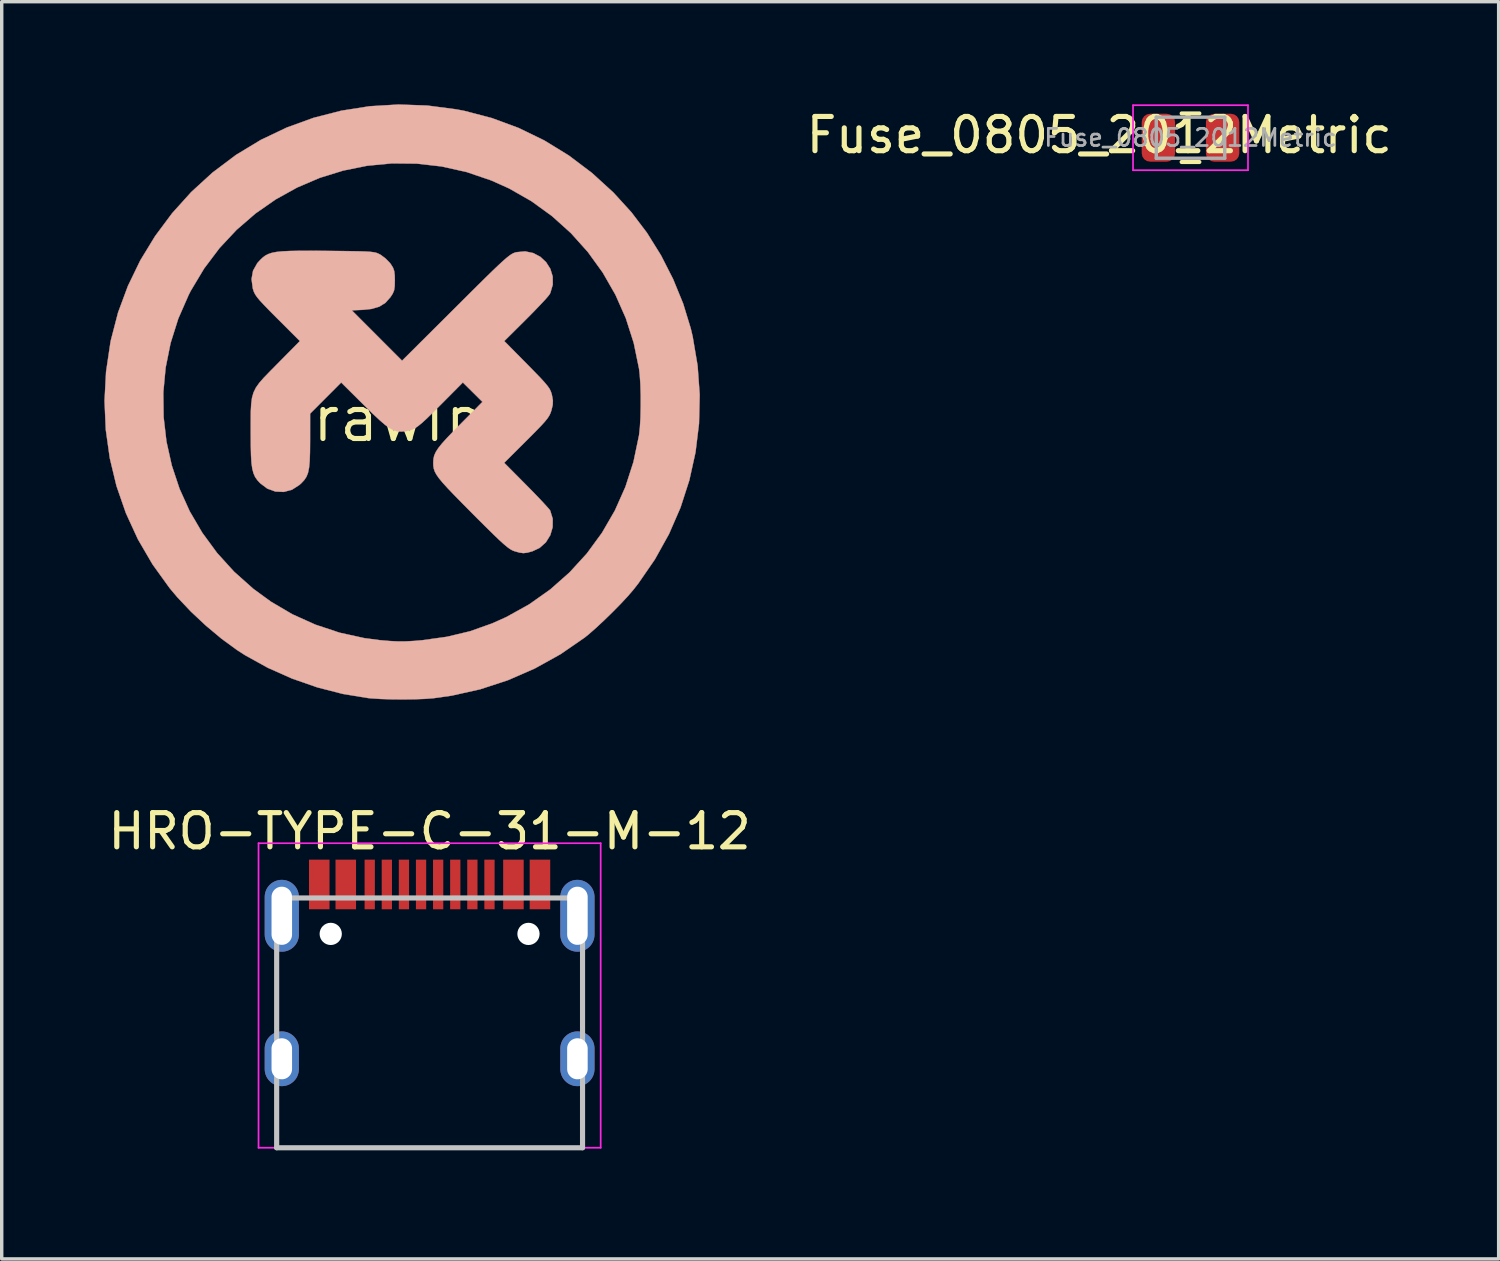
<source format=kicad_pcb>
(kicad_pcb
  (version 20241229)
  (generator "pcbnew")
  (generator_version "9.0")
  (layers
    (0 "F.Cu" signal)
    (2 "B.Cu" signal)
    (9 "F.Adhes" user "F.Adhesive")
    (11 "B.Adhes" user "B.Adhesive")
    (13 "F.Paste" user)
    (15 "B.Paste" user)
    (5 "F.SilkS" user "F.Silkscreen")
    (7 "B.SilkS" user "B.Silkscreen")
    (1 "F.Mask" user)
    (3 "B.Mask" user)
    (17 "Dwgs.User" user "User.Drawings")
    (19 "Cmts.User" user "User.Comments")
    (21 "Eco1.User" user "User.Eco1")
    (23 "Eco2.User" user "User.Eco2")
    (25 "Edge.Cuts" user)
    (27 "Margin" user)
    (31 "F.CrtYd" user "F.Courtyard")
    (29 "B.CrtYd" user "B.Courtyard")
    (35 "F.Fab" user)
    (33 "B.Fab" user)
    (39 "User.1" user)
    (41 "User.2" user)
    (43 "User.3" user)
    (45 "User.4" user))
  (footprint "drawing"
    (layer "F.Cu")
    (at 8.596 9.186)
    (property "Reference" "drawing" (at 0 0 0) (layer "F.SilkS") (effects (font (size 1.27 1.27) (thickness 0.15))))
    (attr through_hole)
    (fp_poly (pts (xy 0.846 -9.151) (xy 1.693 -9.04) (xy 1.923 -8.996) (xy 2.73 -8.785) (xy 3.512 -8.496) (xy 4.263 -8.131) (xy 4.978 -7.692) (xy 5.653 -7.183) (xy 6.283 -6.608) (xy 6.808 -6.032) (xy 7.263 -5.432) (xy 7.672 -4.775) (xy 8.027 -4.079) (xy 8.321 -3.361) (xy 8.542 -2.638) (xy 8.599 -2.398) (xy 8.743 -1.548) (xy 8.804 -0.698) (xy 8.784 0.147) (xy 8.682 0.982) (xy 8.501 1.801) (xy 8.243 2.599) (xy 7.907 3.371) (xy 7.495 4.112) (xy 7.009 4.817) (xy 6.865 5) (xy 6.703 5.189) (xy 6.495 5.412) (xy 6.26 5.651) (xy 6.015 5.89) (xy 5.778 6.111) (xy 5.565 6.298) (xy 5.44 6.399) (xy 4.733 6.886) (xy 3.983 7.302) (xy 3.199 7.644) (xy 2.386 7.91) (xy 1.552 8.096) (xy 1.037 8.169) (xy 0.791 8.189) (xy 0.487 8.201) (xy 0.151 8.206) (xy -0.192 8.203) (xy -0.515 8.193) (xy -0.792 8.175) (xy -0.889 8.166) (xy -1.627 8.045) (xy -2.374 7.853) (xy -3.111 7.596) (xy -3.819 7.281) (xy -4.481 6.915) (xy -4.72 6.761) (xy -5.169 6.433) (xy -5.626 6.051) (xy -6.067 5.638) (xy -6.466 5.216) (xy -6.687 4.953) (xy -7.188 4.258) (xy -7.615 3.526) (xy -7.966 2.762) (xy -8.241 1.97) (xy -8.437 1.156) (xy -8.554 0.324) (xy -8.591 -0.52) (xy -8.578 -0.767) (xy -6.873 -0.767) (xy -6.864 -0.045) (xy -6.781 0.669) (xy -6.625 1.369) (xy -6.398 2.051) (xy -6.101 2.708) (xy -5.735 3.334) (xy -5.302 3.924) (xy -4.805 4.472) (xy -4.243 4.973) (xy -3.725 5.351) (xy -3.1 5.718) (xy -2.427 6.021) (xy -1.723 6.255) (xy -0.999 6.414) (xy -0.544 6.474) (xy -0.252 6.499) (xy -0.008 6.511) (xy 0.223 6.509) (xy 0.475 6.495) (xy 0.699 6.475) (xy 1.417 6.375) (xy 2.091 6.214) (xy 2.739 5.984) (xy 3.151 5.799) (xy 3.821 5.427) (xy 4.44 4.989) (xy 5.002 4.492) (xy 5.507 3.939) (xy 5.949 3.335) (xy 6.325 2.685) (xy 6.633 1.993) (xy 6.868 1.264) (xy 7.028 0.501) (xy 7.031 0.487) (xy 7.056 0.256) (xy 7.073 -0.033) (xy 7.08 -0.358) (xy 7.08 -0.692) (xy 7.07 -1.011) (xy 7.051 -1.29) (xy 7.031 -1.46) (xy 6.876 -2.213) (xy 6.645 -2.935) (xy 6.341 -3.622) (xy 5.97 -4.269) (xy 5.535 -4.871) (xy 5.04 -5.423) (xy 4.489 -5.919) (xy 3.886 -6.356) (xy 3.235 -6.728) (xy 2.711 -6.963) (xy 1.991 -7.208) (xy 1.263 -7.371) (xy 0.532 -7.454) (xy -0.195 -7.461) (xy -0.914 -7.392) (xy -1.618 -7.25) (xy -2.302 -7.038) (xy -2.961 -6.756) (xy -3.589 -6.408) (xy -4.18 -5.996) (xy -4.729 -5.521) (xy -5.23 -4.986) (xy -5.678 -4.392) (xy -6.067 -3.743) (xy -6.131 -3.618) (xy -6.436 -2.922) (xy -6.66 -2.211) (xy -6.805 -1.491) (xy -6.873 -0.767) (xy -8.578 -0.767) (xy -8.546 -1.371) (xy -8.419 -2.225) (xy -8.403 -2.304) (xy -8.195 -3.103) (xy -7.907 -3.879) (xy -7.546 -4.625) (xy -7.113 -5.335) (xy -6.615 -6.004) (xy -6.055 -6.625) (xy -5.436 -7.191) (xy -4.764 -7.697) (xy -4.741 -7.713) (xy -4.022 -8.148) (xy -3.266 -8.508) (xy -2.48 -8.793) (xy -1.67 -9.001) (xy -0.842 -9.131) (xy -0.001 -9.181) (xy 0.846 -9.151)) (stroke (width 0.01) (type solid)) (fill yes) (layer "B.SilkS"))
    (fp_poly (pts (xy -2.145 -4.904) (xy -2.044 -4.903) (xy -1.671 -4.899) (xy -1.373 -4.895) (xy -1.14 -4.891) (xy -0.962 -4.885) (xy -0.829 -4.877) (xy -0.732 -4.865) (xy -0.661 -4.851) (xy -0.605 -4.831) (xy -0.555 -4.807) (xy -0.519 -4.787) (xy -0.38 -4.684) (xy -0.252 -4.553) (xy -0.223 -4.515) (xy -0.159 -4.412) (xy -0.124 -4.312) (xy -0.109 -4.183) (xy -0.106 -4.04) (xy -0.11 -3.869) (xy -0.128 -3.751) (xy -0.168 -3.654) (xy -0.233 -3.553) (xy -0.382 -3.385) (xy -0.561 -3.273) (xy -0.788 -3.207) (xy -1.032 -3.181) (xy -1.365 -3.166) (xy -0.63 -2.43) (xy 0.105 -1.694) (xy 1.672 -3.254) (xy 2.02 -3.601) (xy 2.313 -3.892) (xy 2.558 -4.134) (xy 2.759 -4.33) (xy 2.923 -4.486) (xy 3.053 -4.607) (xy 3.157 -4.697) (xy 3.239 -4.762) (xy 3.304 -4.807) (xy 3.359 -4.836) (xy 3.408 -4.855) (xy 3.447 -4.865) (xy 3.702 -4.889) (xy 3.938 -4.84) (xy 4.146 -4.731) (xy 4.315 -4.573) (xy 4.439 -4.378) (xy 4.507 -4.155) (xy 4.51 -3.918) (xy 4.439 -3.677) (xy 4.421 -3.641) (xy 4.375 -3.58) (xy 4.279 -3.47) (xy 4.141 -3.323) (xy 3.973 -3.148) (xy 3.784 -2.956) (xy 3.729 -2.901) (xy 3.092 -2.268) (xy 3.763 -1.589) (xy 3.981 -1.366) (xy 4.148 -1.194) (xy 4.27 -1.06) (xy 4.356 -0.957) (xy 4.414 -0.875) (xy 4.45 -0.802) (xy 4.475 -0.73) (xy 4.485 -0.69) (xy 4.513 -0.536) (xy 4.509 -0.406) (xy 4.472 -0.25) (xy 4.471 -0.246) (xy 4.444 -0.166) (xy 4.408 -0.09) (xy 4.353 -0.006) (xy 4.272 0.094) (xy 4.156 0.221) (xy 3.997 0.385) (xy 3.787 0.596) (xy 3.748 0.635) (xy 3.09 1.29) (xy 3.742 1.947) (xy 3.936 2.144) (xy 4.11 2.325) (xy 4.256 2.481) (xy 4.365 2.601) (xy 4.426 2.674) (xy 4.435 2.688) (xy 4.508 2.927) (xy 4.506 3.172) (xy 4.437 3.406) (xy 4.308 3.614) (xy 4.125 3.777) (xy 3.915 3.876) (xy 3.764 3.917) (xy 3.65 3.93) (xy 3.535 3.914) (xy 3.387 3.872) (xy 3.328 3.849) (xy 3.26 3.81) (xy 3.179 3.751) (xy 3.075 3.664) (xy 2.943 3.544) (xy 2.776 3.384) (xy 2.568 3.179) (xy 2.31 2.923) (xy 2.152 2.764) (xy 1.86 2.469) (xy 1.623 2.227) (xy 1.435 2.03) (xy 1.29 1.87) (xy 1.183 1.74) (xy 1.108 1.633) (xy 1.059 1.541) (xy 1.032 1.458) (xy 1.019 1.376) (xy 1.016 1.291) (xy 1.022 1.183) (xy 1.044 1.081) (xy 1.089 0.977) (xy 1.164 0.861) (xy 1.275 0.722) (xy 1.431 0.55) (xy 1.637 0.336) (xy 1.782 0.189) (xy 2.455 -0.49) (xy 2.169 -0.774) (xy 1.882 -1.058) (xy 1.248 -0.42) (xy 1.015 -0.188) (xy 0.831 -0.008) (xy 0.686 0.125) (xy 0.569 0.22) (xy 0.471 0.284) (xy 0.383 0.325) (xy 0.293 0.35) (xy 0.225 0.363) (xy 0.098 0.377) (xy -0.016 0.373) (xy -0.128 0.343) (xy -0.248 0.283) (xy -0.386 0.185) (xy -0.551 0.043) (xy -0.755 -0.148) (xy -0.996 -0.384) (xy -1.674 -1.057) (xy -2.128 -0.602) (xy -2.582 -0.147) (xy -2.583 0.657) (xy -2.586 0.983) (xy -2.595 1.237) (xy -2.613 1.432) (xy -2.644 1.583) (xy -2.691 1.701) (xy -2.757 1.799) (xy -2.845 1.892) (xy -2.893 1.935) (xy -3.112 2.077) (xy -3.352 2.141) (xy -3.598 2.13) (xy -3.834 2.044) (xy -4.041 1.888) (xy -4.124 1.798) (xy -4.189 1.705) (xy -4.237 1.597) (xy -4.272 1.464) (xy -4.296 1.293) (xy -4.309 1.073) (xy -4.316 0.791) (xy -4.318 0.437) (xy -4.318 0.428) (xy -4.318 0.076) (xy -4.316 -0.205) (xy -4.304 -0.43) (xy -4.28 -0.612) (xy -4.236 -0.765) (xy -4.168 -0.904) (xy -4.07 -1.043) (xy -3.937 -1.195) (xy -3.764 -1.374) (xy -3.552 -1.589) (xy -2.881 -2.268) (xy -3.541 -2.927) (xy -3.759 -3.146) (xy -3.924 -3.317) (xy -4.046 -3.447) (xy -4.131 -3.549) (xy -4.188 -3.632) (xy -4.225 -3.706) (xy -4.25 -3.781) (xy -4.258 -3.808) (xy -4.294 -4.08) (xy -4.25 -4.324) (xy -4.127 -4.544) (xy -4.043 -4.637) (xy -3.968 -4.708) (xy -3.892 -4.766) (xy -3.804 -4.811) (xy -3.698 -4.847) (xy -3.563 -4.873) (xy -3.391 -4.89) (xy -3.171 -4.901) (xy -2.897 -4.906) (xy -2.558 -4.907) (xy -2.145 -4.904)) (stroke (width 0.01) (type solid)) (fill yes) (layer "B.SilkS")))
  (footprint "HRO-TYPE-C-31-M-12"
    (layer "F.Cu")
    (at 9.506 30.495)
    (property "Reference" "HRO-TYPE-C-31-M-12" (at 0 -9.25 0) (layer "F.SilkS") (effects (font (size 1 1) (thickness 0.15))))
    (attr smd)
    (fp_line (start -4.47 -7.3) (end 4.47 -7.3) (stroke (width 0.15) (type solid)) (layer "Dwgs.User"))
    (fp_line (start -4.47 0) (end -4.47 -7.3) (stroke (width 0.15) (type solid)) (layer "Dwgs.User"))
    (fp_line (start -4.47 0) (end 4.47 0) (stroke (width 0.15) (type solid)) (layer "Dwgs.User"))
    (fp_line (start 4.47 0) (end 4.47 -7.3) (stroke (width 0.15) (type solid)) (layer "Dwgs.User"))
    (fp_line (start -5 -8.9) (end 5 -8.9) (stroke (width 0.05) (type solid)) (layer "F.CrtYd"))
    (fp_line (start -5 0) (end -5 -8.9) (stroke (width 0.05) (type solid)) (layer "F.CrtYd"))
    (fp_line (start 5 -8.9) (end 5 0) (stroke (width 0.05) (type solid)) (layer "F.CrtYd"))
    (fp_line (start 5 0) (end -5 0) (stroke (width 0.05) (type solid)) (layer "F.CrtYd"))
    (pad "" np_thru_hole circle (at -2.89 -6.25) (size 0.65 0.65) (drill 0.65) (layers "*.Cu" "*.Mask"))
    (pad "" np_thru_hole circle (at 2.89 -6.25) (size 0.65 0.65) (drill 0.65) (layers "*.Cu" "*.Mask"))
    (pad "1" smd rect (at -3.225 -7.695) (size 0.6 1.45) (layers "F.Cu" "F.Mask" "F.Paste"))
    (pad "2" smd rect (at -2.45 -7.695) (size 0.6 1.45) (layers "F.Cu" "F.Mask" "F.Paste"))
    (pad "3" smd rect (at -1.75 -7.695) (size 0.3 1.45) (layers "F.Cu" "F.Mask" "F.Paste"))
    (pad "4" smd rect (at -1.25 -7.695) (size 0.3 1.45) (layers "F.Cu" "F.Mask" "F.Paste"))
    (pad "5" smd rect (at -0.75 -7.695) (size 0.3 1.45) (layers "F.Cu" "F.Mask" "F.Paste"))
    (pad "6" smd rect (at -0.25 -7.695) (size 0.3 1.45) (layers "F.Cu" "F.Mask" "F.Paste"))
    (pad "7" smd rect (at 0.25 -7.695) (size 0.3 1.45) (layers "F.Cu" "F.Mask" "F.Paste"))
    (pad "8" smd rect (at 0.75 -7.695) (size 0.3 1.45) (layers "F.Cu" "F.Mask" "F.Paste"))
    (pad "9" smd rect (at 1.25 -7.695) (size 0.3 1.45) (layers "F.Cu" "F.Mask" "F.Paste"))
    (pad "10" smd rect (at 1.75 -7.695) (size 0.3 1.45) (layers "F.Cu" "F.Mask" "F.Paste"))
    (pad "11" smd rect (at 2.45 -7.695) (size 0.6 1.45) (layers "F.Cu" "F.Mask" "F.Paste"))
    (pad "12" smd rect (at 3.225 -7.695) (size 0.6 1.45) (layers "F.Cu" "F.Mask" "F.Paste"))
    (pad "13" thru_hole oval (at -4.32 -6.78) (size 1 2.1) (drill oval 0.6 1.7) (layers "*.Cu" "*.Mask"))
    (pad "13" thru_hole oval (at -4.32 -2.6) (size 1 1.6) (drill oval 0.6 1.2) (layers "*.Cu" "*.Mask"))
    (pad "13" thru_hole oval (at 4.32 -6.78) (size 1 2.1) (drill oval 0.6 1.7) (layers "*.Cu" "*.Mask"))
    (pad "13" thru_hole oval (at 4.32 -2.6) (size 1 1.6) (drill oval 0.6 1.2) (layers "*.Cu" "*.Mask")))
  (footprint "Fuse_0805_2012Metric"
    (layer "F.Cu")
    (at 31.745 0.975)
    (property "Reference" "Fuse_0805_2012Metric" (at -2.667 -0.076 180) (layer "F.SilkS") (effects (font (size 1 1) (thickness 0.15))))
    (attr smd)
    (fp_line (start -0.259 -0.71) (end 0.259 -0.71) (stroke (width 0.12) (type solid)) (layer "F.SilkS"))
    (fp_line (start -0.259 0.71) (end 0.259 0.71) (stroke (width 0.12) (type solid)) (layer "F.SilkS"))
    (fp_line (start -1.68 -0.95) (end 1.68 -0.95) (stroke (width 0.05) (type solid)) (layer "F.CrtYd"))
    (fp_line (start -1.68 0.95) (end -1.68 -0.95) (stroke (width 0.05) (type solid)) (layer "F.CrtYd"))
    (fp_line (start 1.68 -0.95) (end 1.68 0.95) (stroke (width 0.05) (type solid)) (layer "F.CrtYd"))
    (fp_line (start 1.68 0.95) (end -1.68 0.95) (stroke (width 0.05) (type solid)) (layer "F.CrtYd"))
    (fp_line (start -1 -0.6) (end 1 -0.6) (stroke (width 0.1) (type solid)) (layer "F.Fab"))
    (fp_line (start -1 0.6) (end -1 -0.6) (stroke (width 0.1) (type solid)) (layer "F.Fab"))
    (fp_line (start 1 -0.6) (end 1 0.6) (stroke (width 0.1) (type solid)) (layer "F.Fab"))
    (fp_line (start 1 0.6) (end -1 0.6) (stroke (width 0.1) (type solid)) (layer "F.Fab"))
    (fp_text user "${REFERENCE}" (at 0 0 180) (layer "F.Fab") (effects (font (size 0.5 0.5) (thickness 0.08))))
    (pad "1" smd roundrect (at -0.938 0) (size 0.975 1.4) (layers "F.Cu" "F.Mask" "F.Paste") (roundrect_rratio 0.25))
    (pad "2" smd roundrect (at 0.938 0) (size 0.975 1.4) (layers "F.Cu" "F.Mask" "F.Paste") (roundrect_rratio 0.25)))
  (gr_rect
    (start -3 -3)
    (end 40.751 33.745)
    (stroke (width 0.1) (type default))
    (fill no)
    (layer "Edge.Cuts")))
</source>
